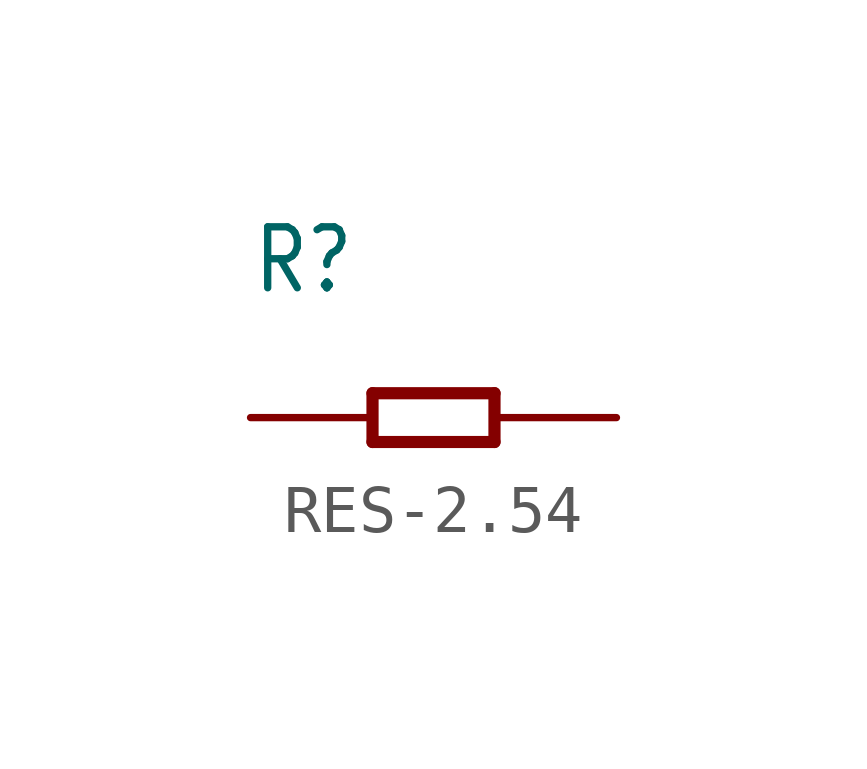
<source format=kicad_sym>
(kicad_symbol_lib
  (version 20220914)
  (generator kicad_symbol_editor)
  (symbol "RES-2.54"
    (property "Reference" "R"
      (at -3.81 2.54 0)
      (effects (font (size 1.27 1.079)) (justify left bottom)))
    (property "Value" ""
      (at -3.81 1.27 0)
      (effects (font (size 1.27 1.079)) (justify left bottom)))
    (property "ki_locked" ""
      (at 0 0 0)
      (effects (font (size 1.27 1.27))))
    (symbol "RES-2.54_1_0"
      (polyline (pts (xy -1.27 -0.508) (xy -1.27 0.508)) (stroke (width 0.254) (type solid)) (fill (type none)))
      (polyline (pts (xy -1.27 0.508) (xy 1.27 0.508)) (stroke (width 0.254) (type solid)) (fill (type none)))
      (polyline (pts (xy 1.27 -0.508) (xy -1.27 -0.508)) (stroke (width 0.254) (type solid)) (fill (type none)))
      (polyline (pts (xy 1.27 0.508) (xy 1.27 -0.508)) (stroke (width 0.254) (type solid)) (fill (type none)))
      (pin passive line (at -3.81 0 0) (length 2.54) (name "1" (effects (font (size 0 0)))) (number "1" (effects (font (size 0 0)))))
      (pin passive line (at 3.81 0 180) (length 2.54) (name "2" (effects (font (size 0 0)))) (number "2" (effects (font (size 0 0))))))))
</source>
